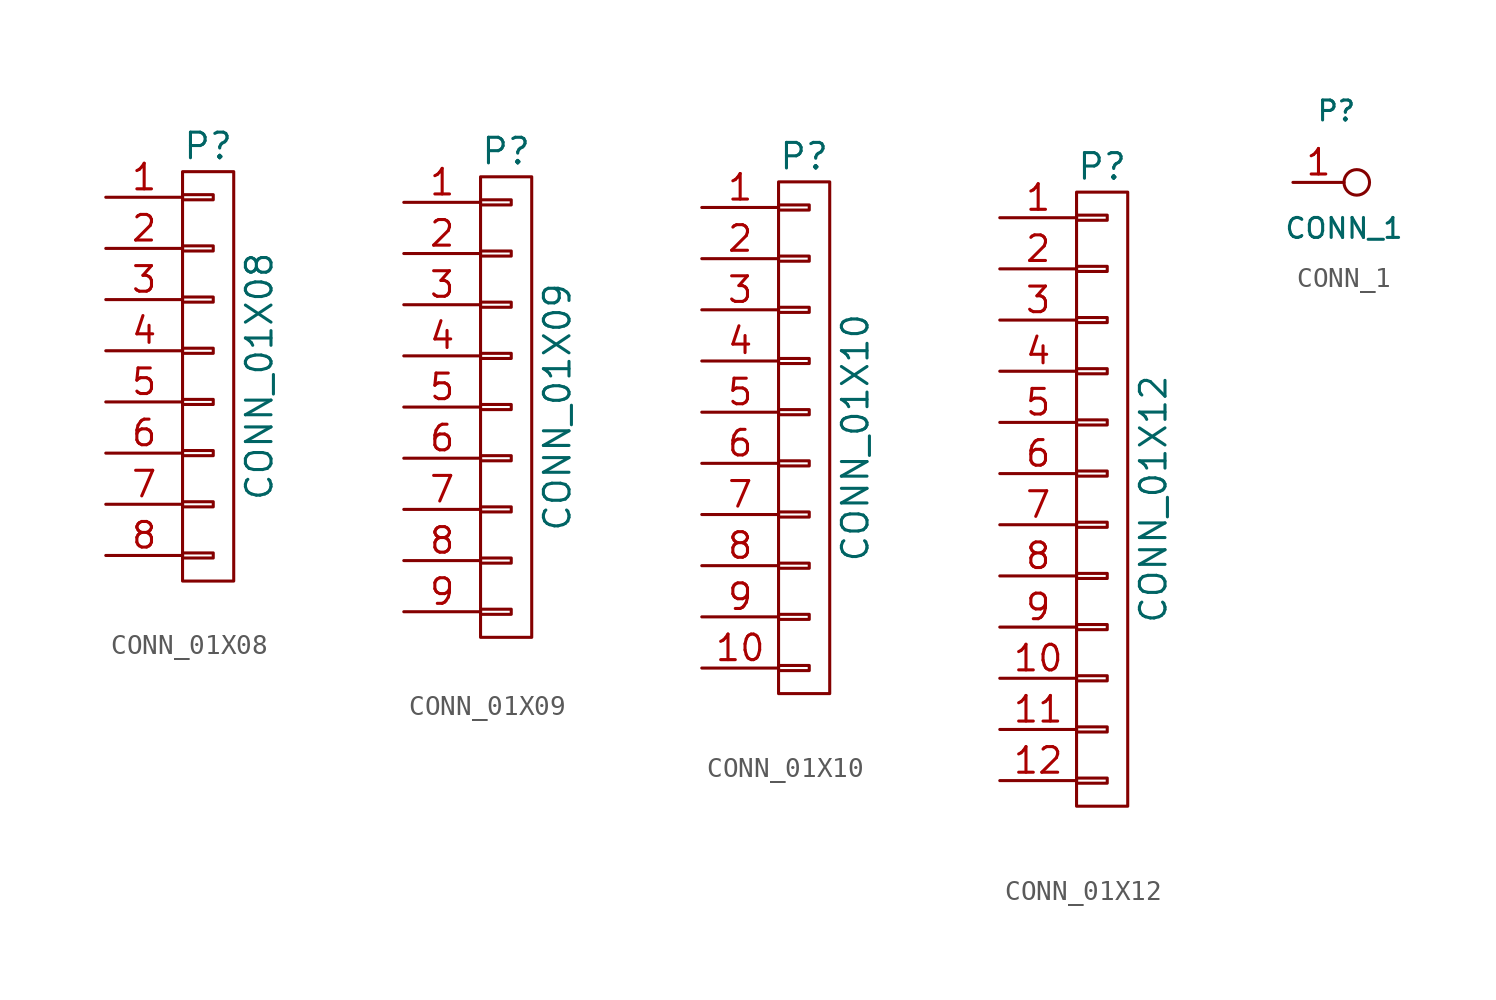
<source format=kicad_sym>
(kicad_symbol_lib
  (version 20210619)
  (generator kicad_symbol_editor)
  (symbol "tinkerforge:CONN_01X08"
    (pin_names
      (offset 1.016) hide)
    (property "Reference" "P"
      (at 0 11.43 0)
      (effects (font (size 1.27 1.27))))
    (property "Value" "CONN_01X08"
      (at 2.54 0 90)
      (effects (font (size 1.27 1.27))))
    (property "Footprint" ""
      (at 0 0 0)
      (effects (font (size 1.27 1.27))))
    (property "Datasheet" ""
      (at 0 0 0)
      (effects (font (size 1.27 1.27))))
    (symbol "CONN_01X08_0_1"
      (rectangle (start -1.27 -10.16) (end 1.27 10.16) (stroke (width 0)) (fill (type none)))
      (rectangle (start -1.27 -8.763) (end 0.254 -9.017) (stroke (width 0)) (fill (type none)))
      (rectangle (start -1.27 -6.223) (end 0.254 -6.477) (stroke (width 0)) (fill (type none)))
      (rectangle (start -1.27 -3.683) (end 0.254 -3.937) (stroke (width 0)) (fill (type none)))
      (rectangle (start -1.27 -1.143) (end 0.254 -1.397) (stroke (width 0)) (fill (type none)))
      (rectangle (start -1.27 1.397) (end 0.254 1.143) (stroke (width 0)) (fill (type none)))
      (rectangle (start -1.27 3.937) (end 0.254 3.683) (stroke (width 0)) (fill (type none)))
      (rectangle (start -1.27 6.477) (end 0.254 6.223) (stroke (width 0)) (fill (type none)))
      (rectangle (start -1.27 9.017) (end 0.254 8.763) (stroke (width 0)) (fill (type none))))
    (symbol "CONN_01X08_1_1"
      (pin passive line (at -5.08 8.89 0) (length 3.81) (name "P1" (effects (font (size 1.27 1.27)))) (number "1" (effects (font (size 1.27 1.27)))))
      (pin passive line (at -5.08 6.35 0) (length 3.81) (name "P2" (effects (font (size 1.27 1.27)))) (number "2" (effects (font (size 1.27 1.27)))))
      (pin passive line (at -5.08 3.81 0) (length 3.81) (name "P3" (effects (font (size 1.27 1.27)))) (number "3" (effects (font (size 1.27 1.27)))))
      (pin passive line (at -5.08 1.27 0) (length 3.81) (name "P4" (effects (font (size 1.27 1.27)))) (number "4" (effects (font (size 1.27 1.27)))))
      (pin passive line (at -5.08 -1.27 0) (length 3.81) (name "P5" (effects (font (size 1.27 1.27)))) (number "5" (effects (font (size 1.27 1.27)))))
      (pin passive line (at -5.08 -3.81 0) (length 3.81) (name "P6" (effects (font (size 1.27 1.27)))) (number "6" (effects (font (size 1.27 1.27)))))
      (pin passive line (at -5.08 -6.35 0) (length 3.81) (name "P7" (effects (font (size 1.27 1.27)))) (number "7" (effects (font (size 1.27 1.27)))))
      (pin passive line (at -5.08 -8.89 0) (length 3.81) (name "P8" (effects (font (size 1.27 1.27)))) (number "8" (effects (font (size 1.27 1.27)))))))
  (symbol "tinkerforge:CONN_01X09"
    (pin_names
      (offset 1.016) hide)
    (property "Reference" "P"
      (at 0 12.7 0)
      (effects (font (size 1.27 1.27))))
    (property "Value" "CONN_01X09"
      (at 2.54 0 90)
      (effects (font (size 1.27 1.27))))
    (property "Footprint" ""
      (at 0 0 0)
      (effects (font (size 1.27 1.27))))
    (property "Datasheet" ""
      (at 0 0 0)
      (effects (font (size 1.27 1.27))))
    (symbol "CONN_01X09_0_1"
      (rectangle (start -1.27 -10.033) (end 0.254 -10.287) (stroke (width 0)) (fill (type none)))
      (rectangle (start -1.27 -7.493) (end 0.254 -7.747) (stroke (width 0)) (fill (type none)))
      (rectangle (start -1.27 -4.953) (end 0.254 -5.207) (stroke (width 0)) (fill (type none)))
      (rectangle (start -1.27 -2.413) (end 0.254 -2.667) (stroke (width 0)) (fill (type none)))
      (rectangle (start -1.27 0.127) (end 0.254 -0.127) (stroke (width 0)) (fill (type none)))
      (rectangle (start -1.27 2.667) (end 0.254 2.413) (stroke (width 0)) (fill (type none)))
      (rectangle (start -1.27 5.207) (end 0.254 4.953) (stroke (width 0)) (fill (type none)))
      (rectangle (start -1.27 7.747) (end 0.254 7.493) (stroke (width 0)) (fill (type none)))
      (rectangle (start -1.27 10.287) (end 0.254 10.033) (stroke (width 0)) (fill (type none)))
      (rectangle (start -1.27 11.43) (end 1.27 -11.43) (stroke (width 0)) (fill (type none))))
    (symbol "CONN_01X09_1_1"
      (pin passive line (at -5.08 10.16 0) (length 3.81) (name "P1" (effects (font (size 1.27 1.27)))) (number "1" (effects (font (size 1.27 1.27)))))
      (pin passive line (at -5.08 7.62 0) (length 3.81) (name "P2" (effects (font (size 1.27 1.27)))) (number "2" (effects (font (size 1.27 1.27)))))
      (pin passive line (at -5.08 5.08 0) (length 3.81) (name "P3" (effects (font (size 1.27 1.27)))) (number "3" (effects (font (size 1.27 1.27)))))
      (pin passive line (at -5.08 2.54 0) (length 3.81) (name "P4" (effects (font (size 1.27 1.27)))) (number "4" (effects (font (size 1.27 1.27)))))
      (pin passive line (at -5.08 0 0) (length 3.81) (name "P5" (effects (font (size 1.27 1.27)))) (number "5" (effects (font (size 1.27 1.27)))))
      (pin passive line (at -5.08 -2.54 0) (length 3.81) (name "P6" (effects (font (size 1.27 1.27)))) (number "6" (effects (font (size 1.27 1.27)))))
      (pin passive line (at -5.08 -5.08 0) (length 3.81) (name "P7" (effects (font (size 1.27 1.27)))) (number "7" (effects (font (size 1.27 1.27)))))
      (pin passive line (at -5.08 -7.62 0) (length 3.81) (name "P8" (effects (font (size 1.27 1.27)))) (number "8" (effects (font (size 1.27 1.27)))))
      (pin passive line (at -5.08 -10.16 0) (length 3.81) (name "P9" (effects (font (size 1.27 1.27)))) (number "9" (effects (font (size 1.27 1.27)))))))
  (symbol "tinkerforge:CONN_01X10"
    (pin_names
      (offset 1.016) hide)
    (property "Reference" "P"
      (at 0 13.97 0)
      (effects (font (size 1.27 1.27))))
    (property "Value" "CONN_01X10"
      (at 2.54 0 90)
      (effects (font (size 1.27 1.27))))
    (property "Footprint" ""
      (at 0 0 0)
      (effects (font (size 1.27 1.27))))
    (property "Datasheet" ""
      (at 0 0 0)
      (effects (font (size 1.27 1.27))))
    (symbol "CONN_01X10_0_1"
      (rectangle (start -1.27 -11.303) (end 0.254 -11.557) (stroke (width 0)) (fill (type none)))
      (rectangle (start -1.27 -8.763) (end 0.254 -9.017) (stroke (width 0)) (fill (type none)))
      (rectangle (start -1.27 -6.223) (end 0.254 -6.477) (stroke (width 0)) (fill (type none)))
      (rectangle (start -1.27 -3.683) (end 0.254 -3.937) (stroke (width 0)) (fill (type none)))
      (rectangle (start -1.27 -1.143) (end 0.254 -1.397) (stroke (width 0)) (fill (type none)))
      (rectangle (start -1.27 1.397) (end 0.254 1.143) (stroke (width 0)) (fill (type none)))
      (rectangle (start -1.27 3.937) (end 0.254 3.683) (stroke (width 0)) (fill (type none)))
      (rectangle (start -1.27 6.477) (end 0.254 6.223) (stroke (width 0)) (fill (type none)))
      (rectangle (start -1.27 9.017) (end 0.254 8.763) (stroke (width 0)) (fill (type none)))
      (rectangle (start -1.27 11.557) (end 0.254 11.303) (stroke (width 0)) (fill (type none)))
      (rectangle (start -1.27 12.7) (end 1.27 -12.7) (stroke (width 0)) (fill (type none))))
    (symbol "CONN_01X10_1_1"
      (pin passive line (at -5.08 11.43 0) (length 3.81) (name "P1" (effects (font (size 1.27 1.27)))) (number "1" (effects (font (size 1.27 1.27)))))
      (pin passive line (at -5.08 -11.43 0) (length 3.81) (name "P10" (effects (font (size 1.27 1.27)))) (number "10" (effects (font (size 1.27 1.27)))))
      (pin passive line (at -5.08 8.89 0) (length 3.81) (name "P2" (effects (font (size 1.27 1.27)))) (number "2" (effects (font (size 1.27 1.27)))))
      (pin passive line (at -5.08 6.35 0) (length 3.81) (name "P3" (effects (font (size 1.27 1.27)))) (number "3" (effects (font (size 1.27 1.27)))))
      (pin passive line (at -5.08 3.81 0) (length 3.81) (name "P4" (effects (font (size 1.27 1.27)))) (number "4" (effects (font (size 1.27 1.27)))))
      (pin passive line (at -5.08 1.27 0) (length 3.81) (name "P5" (effects (font (size 1.27 1.27)))) (number "5" (effects (font (size 1.27 1.27)))))
      (pin passive line (at -5.08 -1.27 0) (length 3.81) (name "P6" (effects (font (size 1.27 1.27)))) (number "6" (effects (font (size 1.27 1.27)))))
      (pin passive line (at -5.08 -3.81 0) (length 3.81) (name "P7" (effects (font (size 1.27 1.27)))) (number "7" (effects (font (size 1.27 1.27)))))
      (pin passive line (at -5.08 -6.35 0) (length 3.81) (name "P8" (effects (font (size 1.27 1.27)))) (number "8" (effects (font (size 1.27 1.27)))))
      (pin passive line (at -5.08 -8.89 0) (length 3.81) (name "P9" (effects (font (size 1.27 1.27)))) (number "9" (effects (font (size 1.27 1.27)))))))
  (symbol "tinkerforge:CONN_01X12"
    (pin_names
      (offset 1.016) hide)
    (property "Reference" "P"
      (at 0 16.51 0)
      (effects (font (size 1.27 1.27))))
    (property "Value" "CONN_01X12"
      (at 2.54 0 90)
      (effects (font (size 1.27 1.27))))
    (property "Footprint" ""
      (at 0 0 0)
      (effects (font (size 1.27 1.27))))
    (property "Datasheet" ""
      (at 0 0 0)
      (effects (font (size 1.27 1.27))))
    (symbol "CONN_01X12_0_1"
      (rectangle (start -1.27 -15.24) (end 1.27 15.24) (stroke (width 0)) (fill (type none)))
      (rectangle (start -1.27 -13.843) (end 0.254 -14.097) (stroke (width 0)) (fill (type none)))
      (rectangle (start -1.27 -11.303) (end 0.254 -11.557) (stroke (width 0)) (fill (type none)))
      (rectangle (start -1.27 -8.763) (end 0.254 -9.017) (stroke (width 0)) (fill (type none)))
      (rectangle (start -1.27 -6.223) (end 0.254 -6.477) (stroke (width 0)) (fill (type none)))
      (rectangle (start -1.27 -3.683) (end 0.254 -3.937) (stroke (width 0)) (fill (type none)))
      (rectangle (start -1.27 -1.143) (end 0.254 -1.397) (stroke (width 0)) (fill (type none)))
      (rectangle (start -1.27 1.397) (end 0.254 1.143) (stroke (width 0)) (fill (type none)))
      (rectangle (start -1.27 3.937) (end 0.254 3.683) (stroke (width 0)) (fill (type none)))
      (rectangle (start -1.27 6.477) (end 0.254 6.223) (stroke (width 0)) (fill (type none)))
      (rectangle (start -1.27 9.017) (end 0.254 8.763) (stroke (width 0)) (fill (type none)))
      (rectangle (start -1.27 11.557) (end 0.254 11.303) (stroke (width 0)) (fill (type none)))
      (rectangle (start -1.27 14.097) (end 0.254 13.843) (stroke (width 0)) (fill (type none))))
    (symbol "CONN_01X12_1_1"
      (pin passive line (at -5.08 13.97 0) (length 3.81) (name "P1" (effects (font (size 1.27 1.27)))) (number "1" (effects (font (size 1.27 1.27)))))
      (pin passive line (at -5.08 -8.89 0) (length 3.81) (name "P10" (effects (font (size 1.27 1.27)))) (number "10" (effects (font (size 1.27 1.27)))))
      (pin passive line (at -5.08 -11.43 0) (length 3.81) (name "P11" (effects (font (size 1.27 1.27)))) (number "11" (effects (font (size 1.27 1.27)))))
      (pin passive line (at -5.08 -13.97 0) (length 3.81) (name "P12" (effects (font (size 1.27 1.27)))) (number "12" (effects (font (size 1.27 1.27)))))
      (pin passive line (at -5.08 11.43 0) (length 3.81) (name "P2" (effects (font (size 1.27 1.27)))) (number "2" (effects (font (size 1.27 1.27)))))
      (pin passive line (at -5.08 8.89 0) (length 3.81) (name "P3" (effects (font (size 1.27 1.27)))) (number "3" (effects (font (size 1.27 1.27)))))
      (pin passive line (at -5.08 6.35 0) (length 3.81) (name "P4" (effects (font (size 1.27 1.27)))) (number "4" (effects (font (size 1.27 1.27)))))
      (pin passive line (at -5.08 3.81 0) (length 3.81) (name "P5" (effects (font (size 1.27 1.27)))) (number "5" (effects (font (size 1.27 1.27)))))
      (pin passive line (at -5.08 1.27 0) (length 3.81) (name "P6" (effects (font (size 1.27 1.27)))) (number "6" (effects (font (size 1.27 1.27)))))
      (pin passive line (at -5.08 -1.27 0) (length 3.81) (name "P7" (effects (font (size 1.27 1.27)))) (number "7" (effects (font (size 1.27 1.27)))))
      (pin passive line (at -5.08 -3.81 0) (length 3.81) (name "P8" (effects (font (size 1.27 1.27)))) (number "8" (effects (font (size 1.27 1.27)))))
      (pin passive line (at -5.08 -6.35 0) (length 3.81) (name "P9" (effects (font (size 1.27 1.27)))) (number "9" (effects (font (size 1.27 1.27)))))))
  (symbol "tinkerforge:CONN_1"
    (pin_names
      (offset 1.016))
    (property "Reference" "P"
      (at -0.381 3.556 0)
      (effects (font (size 0.991 0.991))))
    (property "Value" "CONN_1"
      (at 0 -2.286 0)
      (effects (font (size 0.991 0.991))))
    (property "Footprint" ""
      (at 0 0 0)
      (effects (font (size 1.524 1.524))))
    (property "Datasheet" ""
      (at 0 0 0)
      (effects (font (size 1.524 1.524))))
    (symbol "CONN_1_0_1"
      (circle (center 0.635 0) (radius 0.635) (stroke (width 0)) (fill (type none))))
    (symbol "CONN_1_1_1"
      (pin input line (at -2.54 0 0) (length 2.54) (name "~" (effects (font (size 1.27 1.27)))) (number "1" (effects (font (size 1.27 1.27))))))))
</source>
